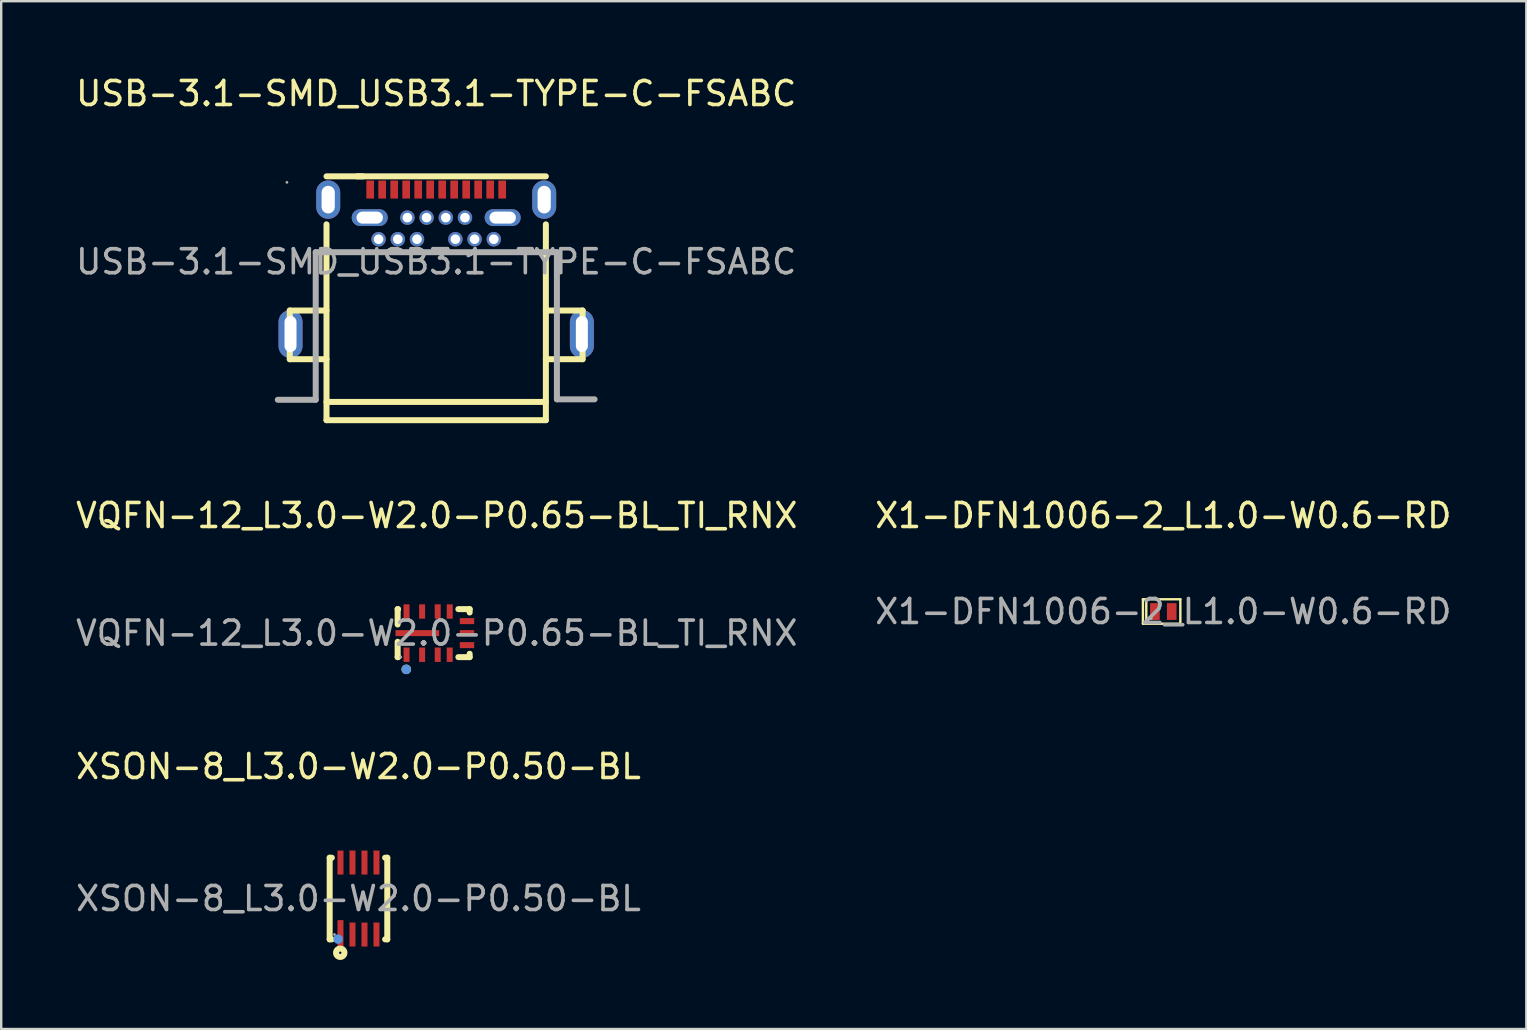
<source format=kicad_pcb>
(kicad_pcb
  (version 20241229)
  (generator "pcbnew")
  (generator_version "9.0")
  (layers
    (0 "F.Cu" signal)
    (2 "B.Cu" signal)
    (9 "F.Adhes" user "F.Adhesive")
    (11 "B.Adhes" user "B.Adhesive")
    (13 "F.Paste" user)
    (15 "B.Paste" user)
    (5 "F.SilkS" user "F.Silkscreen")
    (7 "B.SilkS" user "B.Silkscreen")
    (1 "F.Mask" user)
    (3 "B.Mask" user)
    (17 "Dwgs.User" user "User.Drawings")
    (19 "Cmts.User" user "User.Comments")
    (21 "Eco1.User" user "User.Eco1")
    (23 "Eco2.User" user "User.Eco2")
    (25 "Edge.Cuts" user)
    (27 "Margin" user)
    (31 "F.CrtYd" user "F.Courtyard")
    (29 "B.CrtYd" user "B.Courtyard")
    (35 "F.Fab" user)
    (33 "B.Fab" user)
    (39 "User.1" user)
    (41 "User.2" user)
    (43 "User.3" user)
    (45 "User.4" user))
  (footprint "VQFN-12_L3.0-W2.0-P0.65-BL_TI_RNX"
    (layer "F.Cu")
    (at 15.149 23.331)
    (property "Reference" "VQFN-12_L3.0-W2.0-P0.65-BL_TI_RNX" (at 0 -4.9 0) (layer "F.SilkS") (effects (font (size 1 1) (thickness 0.15))))
    (attr smd)
    (fp_line (start -1.63 -1) (end -1.61 -1) (stroke (width 0.25) (type solid)) (layer "F.SilkS"))
    (fp_line (start -1.63 -0.36) (end -1.63 -1) (stroke (width 0.25) (type solid)) (layer "F.SilkS"))
    (fp_line (start -1.63 1) (end -1.63 0.36) (stroke (width 0.25) (type solid)) (layer "F.SilkS"))
    (fp_line (start -1.63 1) (end -1.61 1) (stroke (width 0.25) (type solid)) (layer "F.SilkS"))
    (fp_line (start 0.9 -1) (end 1.37 -1) (stroke (width 0.25) (type solid)) (layer "F.SilkS"))
    (fp_line (start 0.9 1) (end 1.37 1) (stroke (width 0.25) (type solid)) (layer "F.SilkS"))
    (fp_line (start 1.37 -1) (end 1.37 -0.86) (stroke (width 0.25) (type solid)) (layer "F.SilkS"))
    (fp_line (start 1.37 0.86) (end 1.37 1) (stroke (width 0.25) (type solid)) (layer "F.SilkS"))
    (fp_circle (center -1.27 1.51) (end -1.17 1.51) (stroke (width 0.2) (type solid)) (fill no) (layer "F.SilkS"))
    (fp_circle (center -1.27 1.51) (end -1.17 1.51) (stroke (width 0.2) (type solid)) (fill no) (layer "Cmts.User"))
    (fp_circle (center -1.5 1) (end -1.47 1) (stroke (width 0.06) (type solid)) (fill no) (layer "F.Fab"))
    (fp_text user "${REFERENCE}" (at 0 0 0) (layer "F.Fab") (effects (font (size 1 1) (thickness 0.15))))
    (pad "1" smd rect (at -1.26 0.9) (size 0.25 0.6) (layers "F.Cu" "F.Mask" "F.Paste"))
    (pad "2" smd rect (at -0.61 0.9) (size 0.25 0.6) (layers "F.Cu" "F.Mask" "F.Paste"))
    (pad "3" smd rect (at 0.04 0.9) (size 0.25 0.6) (layers "F.Cu" "F.Mask" "F.Paste"))
    (pad "4" smd rect (at 0.54 0.9) (size 0.25 0.6) (layers "F.Cu" "F.Mask" "F.Paste"))
    (pad "5" smd rect (at 1.26 0.5 90) (size 0.25 0.6) (layers "F.Cu" "F.Mask" "F.Paste"))
    (pad "6" smd rect (at 1.26 0 90) (size 0.25 0.6) (layers "F.Cu" "F.Mask" "F.Paste"))
    (pad "7" smd rect (at 1.26 -0.5 90) (size 0.25 0.6) (layers "F.Cu" "F.Mask" "F.Paste"))
    (pad "8" smd rect (at 0.54 -0.9 180) (size 0.25 0.6) (layers "F.Cu" "F.Mask" "F.Paste"))
    (pad "9" smd rect (at 0.04 -0.9 180) (size 0.25 0.6) (layers "F.Cu" "F.Mask" "F.Paste"))
    (pad "10" smd rect (at -0.61 -0.9 180) (size 0.25 0.6) (layers "F.Cu" "F.Mask" "F.Paste"))
    (pad "11" smd rect (at -1.26 -0.9 180) (size 0.25 0.6) (layers "F.Cu" "F.Mask" "F.Paste"))
    (pad "12" smd rect (at -0.81 0 270) (size 0.25 1.82) (layers "F.Cu" "F.Mask" "F.Paste")))
  (footprint "XSON-8_L3.0-W2.0-P0.50-BL"
    (layer "F.Cu")
    (at 11.887 34.39)
    (property "Reference" "XSON-8_L3.0-W2.0-P0.50-BL" (at 0 -5.5 0) (layer "F.SilkS") (effects (font (size 1 1) (thickness 0.15))))
    (attr smd)
    (fp_line (start -1.2 -1.7) (end -1.2 1.7) (stroke (width 0.25) (type solid)) (layer "F.SilkS"))
    (fp_line (start -1.2 -1.7) (end -1.11 -1.7) (stroke (width 0.25) (type solid)) (layer "F.SilkS"))
    (fp_line (start -1.2 1.7) (end -1.11 1.7) (stroke (width 0.25) (type solid)) (layer "F.SilkS"))
    (fp_line (start 1.11 -1.7) (end 1.2 -1.7) (stroke (width 0.25) (type solid)) (layer "F.SilkS"))
    (fp_line (start 1.11 1.7) (end 1.2 1.7) (stroke (width 0.25) (type solid)) (layer "F.SilkS"))
    (fp_line (start 1.2 -1.7) (end 1.2 1.7) (stroke (width 0.25) (type solid)) (layer "F.SilkS"))
    (fp_circle (center -0.76 2.26) (end -0.71 2.26) (stroke (width 0.25) (type solid)) (fill no) (layer "F.SilkS"))
    (fp_circle (center -0.85 1.69) (end -0.75 1.69) (stroke (width 0.2) (type solid)) (fill no) (layer "Cmts.User"))
    (fp_circle (center -1 1.5) (end -0.97 1.5) (stroke (width 0.06) (type solid)) (fill no) (layer "F.Fab"))
    (fp_text user "${REFERENCE}" (at 0 0 0) (layer "F.Fab") (effects (font (size 1 1) (thickness 0.15))))
    (pad "1" smd rect (at -0.75 1.45) (size 0.25 1.1) (layers "F.Cu" "F.Mask" "F.Paste"))
    (pad "2" smd rect (at -0.25 1.5) (size 0.25 1) (layers "F.Cu" "F.Mask" "F.Paste"))
    (pad "3" smd rect (at 0.25 1.5) (size 0.25 1) (layers "F.Cu" "F.Mask" "F.Paste"))
    (pad "4" smd rect (at 0.75 1.5) (size 0.25 1) (layers "F.Cu" "F.Mask" "F.Paste"))
    (pad "5" smd rect (at 0.75 -1.5) (size 0.25 1) (layers "F.Cu" "F.Mask" "F.Paste"))
    (pad "6" smd rect (at 0.25 -1.5) (size 0.25 1) (layers "F.Cu" "F.Mask" "F.Paste"))
    (pad "7" smd rect (at -0.25 -1.5) (size 0.25 1) (layers "F.Cu" "F.Mask" "F.Paste"))
    (pad "8" smd rect (at -0.75 -1.5) (size 0.25 1) (layers "F.Cu" "F.Mask" "F.Paste")))
  (footprint "X1-DFN1006-2_L1.0-W0.6-RD"
    (layer "F.Cu")
    (at 45.423 22.431)
    (property "Reference" "X1-DFN1006-2_L1.0-W0.6-RD" (at 0 -4 0) (layer "F.SilkS") (effects (font (size 1 1) (thickness 0.15))))
    (attr smd)
    (fp_line (start -0.85 -0.51) (end -0.85 0.51) (stroke (width 0.1) (type solid)) (layer "F.SilkS"))
    (fp_line (start -0.85 -0.51) (end 0.71 -0.51) (stroke (width 0.1) (type solid)) (layer "F.SilkS"))
    (fp_line (start -0.85 0.51) (end 0.71 0.51) (stroke (width 0.1) (type solid)) (layer "F.SilkS"))
    (fp_line (start -0.71 -0.51) (end -0.71 0.51) (stroke (width 0.1) (type solid)) (layer "F.SilkS"))
    (fp_line (start 0.71 -0.51) (end 0.71 0.51) (stroke (width 0.1) (type solid)) (layer "F.SilkS"))
    (fp_circle (center -0.5 0.3) (end -0.47 0.3) (stroke (width 0.06) (type solid)) (fill no) (layer "F.Fab"))
    (fp_text user "${REFERENCE}" (at 0 0 0) (layer "F.Fab") (effects (font (size 1 1) (thickness 0.15))))
    (pad "1" smd rect (at -0.35 0) (size 0.4 0.7) (layers "F.Cu" "F.Mask" "F.Paste"))
    (pad "2" smd rect (at 0.35 0) (size 0.4 0.7) (layers "F.Cu" "F.Mask" "F.Paste")))
  (footprint "USB-3.1-SMD_USB3.1-TYPE-C-FSABC"
    (layer "F.Cu")
    (at 15.125 7.858)
    (property "Reference" "USB-3.1-SMD_USB3.1-TYPE-C-FSABC" (at 0 -7.01 0) (layer "F.SilkS") (effects (font (size 1 1) (thickness 0.15))))
    (attr smd)
    (fp_line (start -6.1 2.03) (end -6.1 4.06) (stroke (width 0.25) (type solid)) (layer "F.SilkS"))
    (fp_line (start -6.1 4.06) (end -4.57 4.06) (stroke (width 0.25) (type solid)) (layer "F.SilkS"))
    (fp_line (start -4.57 -1.56) (end -4.57 6.6) (stroke (width 0.25) (type solid)) (layer "F.SilkS"))
    (fp_line (start -4.57 2.03) (end -6.1 2.03) (stroke (width 0.25) (type solid)) (layer "F.SilkS"))
    (fp_line (start -4.57 5.84) (end 4.57 5.84) (stroke (width 0.25) (type solid)) (layer "F.SilkS"))
    (fp_line (start -4.57 6.6) (end 4.57 6.6) (stroke (width 0.25) (type solid)) (layer "F.SilkS"))
    (fp_line (start -3.05 -3.56) (end -4.57 -3.56) (stroke (width 0.25) (type solid)) (layer "F.SilkS"))
    (fp_line (start 4.57 -3.56) (end -3.3 -3.56) (stroke (width 0.25) (type solid)) (layer "F.SilkS"))
    (fp_line (start 4.57 -1.56) (end 4.57 6.6) (stroke (width 0.25) (type solid)) (layer "F.SilkS"))
    (fp_line (start 4.57 2.03) (end 6.1 2.03) (stroke (width 0.25) (type solid)) (layer "F.SilkS"))
    (fp_line (start 6.1 2.03) (end 6.1 4.06) (stroke (width 0.25) (type solid)) (layer "F.SilkS"))
    (fp_line (start 6.1 4.06) (end 4.57 4.06) (stroke (width 0.25) (type solid)) (layer "F.SilkS"))
    (fp_line (start -5.02 -0.4) (end 5.03 -0.4) (stroke (width 0.25) (type solid)) (layer "F.Fab"))
    (fp_line (start -5.02 5.75) (end -6.6 5.75) (stroke (width 0.25) (type solid)) (layer "F.Fab"))
    (fp_line (start -5.02 5.75) (end -5.02 -0.4) (stroke (width 0.25) (type solid)) (layer "F.Fab"))
    (fp_line (start 5.03 -0.4) (end 5.03 5.73) (stroke (width 0.25) (type solid)) (layer "F.Fab"))
    (fp_line (start 5.03 5.73) (end 6.6 5.73) (stroke (width 0.25) (type solid)) (layer "F.Fab"))
    (fp_circle (center -6.22 -3.31) (end -6.19 -3.31) (stroke (width 0.06) (type solid)) (fill no) (layer "F.Fab"))
    (fp_text user "${REFERENCE}" (at 0 0 0) (layer "F.Fab") (effects (font (size 1 1) (thickness 0.15))))
    (pad "A1" smd rect (at -2.75 -3.01) (size 0.32 0.75) (layers "F.Cu" "F.Mask" "F.Paste"))
    (pad "A2" smd rect (at -2.25 -3.01) (size 0.32 0.75) (layers "F.Cu" "F.Mask" "F.Paste"))
    (pad "A3" smd rect (at -1.75 -3.01) (size 0.32 0.75) (layers "F.Cu" "F.Mask" "F.Paste"))
    (pad "A4" smd rect (at -1.25 -3.01) (size 0.32 0.75) (layers "F.Cu" "F.Mask" "F.Paste"))
    (pad "A5" smd rect (at -0.75 -3.01) (size 0.32 0.75) (layers "F.Cu" "F.Mask" "F.Paste"))
    (pad "A6" smd rect (at -0.25 -3.01) (size 0.32 0.75) (layers "F.Cu" "F.Mask" "F.Paste"))
    (pad "A7" smd rect (at 0.25 -3.01) (size 0.32 0.75) (layers "F.Cu" "F.Mask" "F.Paste"))
    (pad "A8" smd rect (at 0.75 -3.01) (size 0.32 0.75) (layers "F.Cu" "F.Mask" "F.Paste"))
    (pad "A9" smd rect (at 1.25 -3.01) (size 0.32 0.75) (layers "F.Cu" "F.Mask" "F.Paste"))
    (pad "A10" smd rect (at 1.75 -3.01) (size 0.32 0.75) (layers "F.Cu" "F.Mask" "F.Paste"))
    (pad "A11" smd rect (at 2.25 -3.01) (size 0.32 0.75) (layers "F.Cu" "F.Mask" "F.Paste"))
    (pad "A12" smd rect (at 2.75 -3.01) (size 0.32 0.75) (layers "F.Cu" "F.Mask" "F.Paste"))
    (pad "B1" thru_hole oval (at 2.77 -1.84) (size 1.5 0.7) (drill oval 1.1 0.5) (layers "*.Cu" "*.Mask"))
    (pad "B2" thru_hole circle (at 2.4 -0.94) (size 0.6 0.6) (drill 0.4) (layers "*.Cu" "*.Mask"))
    (pad "B3" thru_hole circle (at 1.6 -0.94) (size 0.6 0.6) (drill 0.4) (layers "*.Cu" "*.Mask"))
    (pad "B4" thru_hole circle (at 1.2 -1.84) (size 0.6 0.6) (drill 0.4) (layers "*.Cu" "*.Mask"))
    (pad "B5" thru_hole circle (at 0.8 -0.94) (size 0.6 0.6) (drill 0.4) (layers "*.Cu" "*.Mask"))
    (pad "B6" thru_hole circle (at 0.4 -1.84) (size 0.6 0.6) (drill 0.4) (layers "*.Cu" "*.Mask"))
    (pad "B7" thru_hole circle (at -0.4 -1.84) (size 0.6 0.6) (drill 0.4) (layers "*.Cu" "*.Mask"))
    (pad "B8" thru_hole circle (at -0.8 -0.94) (size 0.6 0.6) (drill 0.4) (layers "*.Cu" "*.Mask"))
    (pad "B9" thru_hole circle (at -1.2 -1.84) (size 0.6 0.6) (drill 0.4) (layers "*.Cu" "*.Mask"))
    (pad "B10" thru_hole circle (at -1.6 -0.94) (size 0.6 0.6) (drill 0.4) (layers "*.Cu" "*.Mask"))
    (pad "B11" thru_hole circle (at -2.4 -0.94) (size 0.6 0.6) (drill 0.4) (layers "*.Cu" "*.Mask"))
    (pad "B12" thru_hole oval (at -2.77 -1.84) (size 1.5 0.7) (drill oval 1.1 0.5) (layers "*.Cu" "*.Mask"))
    (pad "SHELL" thru_hole oval (at -6.07 3.01) (size 1 2) (drill oval 0.5 1.5) (layers "*.Cu" "*.Mask"))
    (pad "SHELL" thru_hole oval (at -4.5 -2.59) (size 1 1.6) (drill oval 0.55 1.15) (layers "*.Cu" "*.Mask"))
    (pad "SHELL" thru_hole oval (at 4.5 -2.59) (size 1 1.6) (drill oval 0.55 1.15) (layers "*.Cu" "*.Mask"))
    (pad "SHELL" thru_hole oval (at 6.07 3.01) (size 1 2) (drill oval 0.5 1.5) (layers "*.Cu" "*.Mask")))
  (gr_rect
    (start -3 -3)
    (end 60.548 39.825)
    (stroke (width 0.1) (type default))
    (fill no)
    (layer "Edge.Cuts")))
</source>
